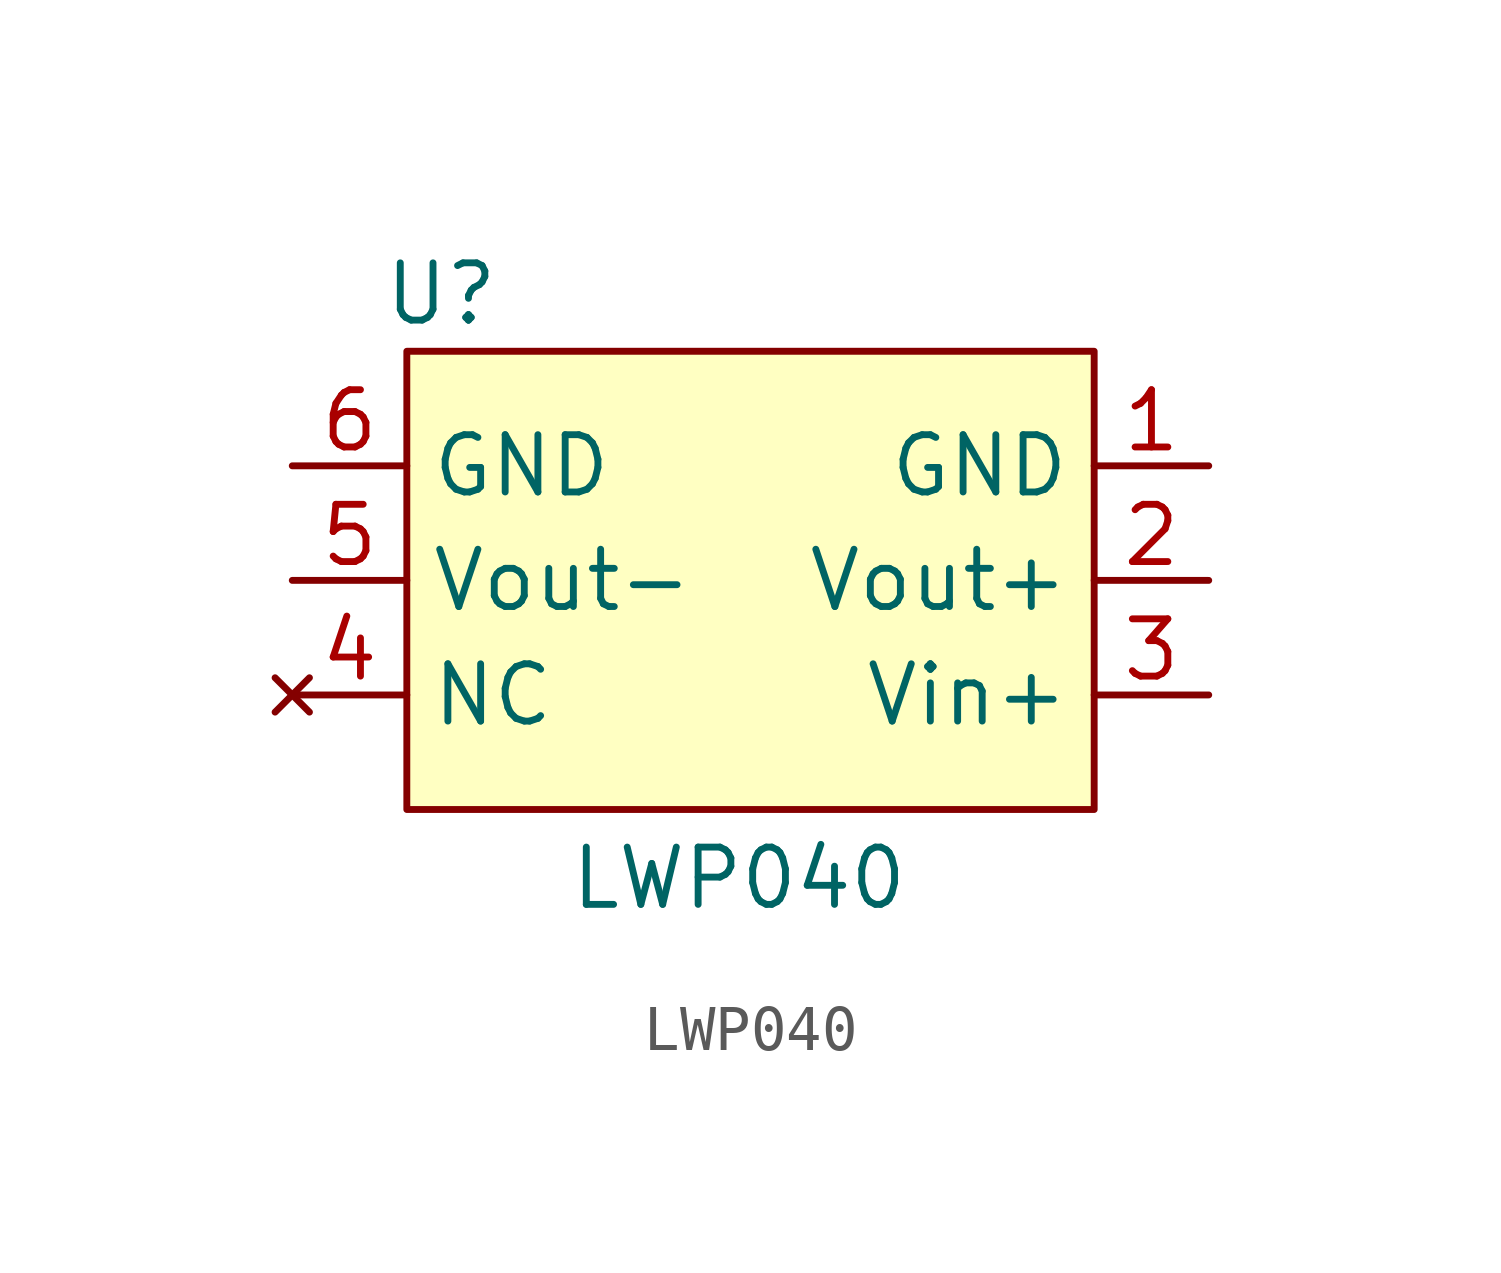
<source format=kicad_sym>
(kicad_symbol_lib
  (version 20231120)
  (generator "kicad_symbol_editor")
  (generator_version "8.0")
  (symbol "LWP040"
    (property "Reference" "U"
      (at 0.762 1.27 0)
      (effects (font (size 1.27 1.27))))
    (property "Value" "LWP040"
      (at 7.366 -11.684 0)
      (effects (font (size 1.27 1.27))))
    (symbol "LWP040_1_1"
      (rectangle (start 0 0) (end 15.24 -10.16) (stroke (width 0) (type default)) (fill (type background)))
      (pin power_in line (at 17.78 -2.54 180) (length 2.54) (name "GND" (effects (font (size 1.27 1.27)))) (number "1" (effects (font (size 1.27 1.27)))))
      (pin output line (at 17.78 -5.08 180) (length 2.54) (name "Vout+" (effects (font (size 1.27 1.27)))) (number "2" (effects (font (size 1.27 1.27)))))
      (pin power_in line (at 17.78 -7.62 180) (length 2.54) (name "Vin+" (effects (font (size 1.27 1.27)))) (number "3" (effects (font (size 1.27 1.27)))))
      (pin no_connect line (at -2.54 -7.62 0) (length 2.54) (name "NC" (effects (font (size 1.27 1.27)))) (number "4" (effects (font (size 1.27 1.27)))))
      (pin output line (at -2.54 -5.08 0) (length 2.54) (name "Vout-" (effects (font (size 1.27 1.27)))) (number "5" (effects (font (size 1.27 1.27)))))
      (pin power_in line (at -2.54 -2.54 0) (length 2.54) (name "GND" (effects (font (size 1.27 1.27)))) (number "6" (effects (font (size 1.27 1.27))))))))
</source>
